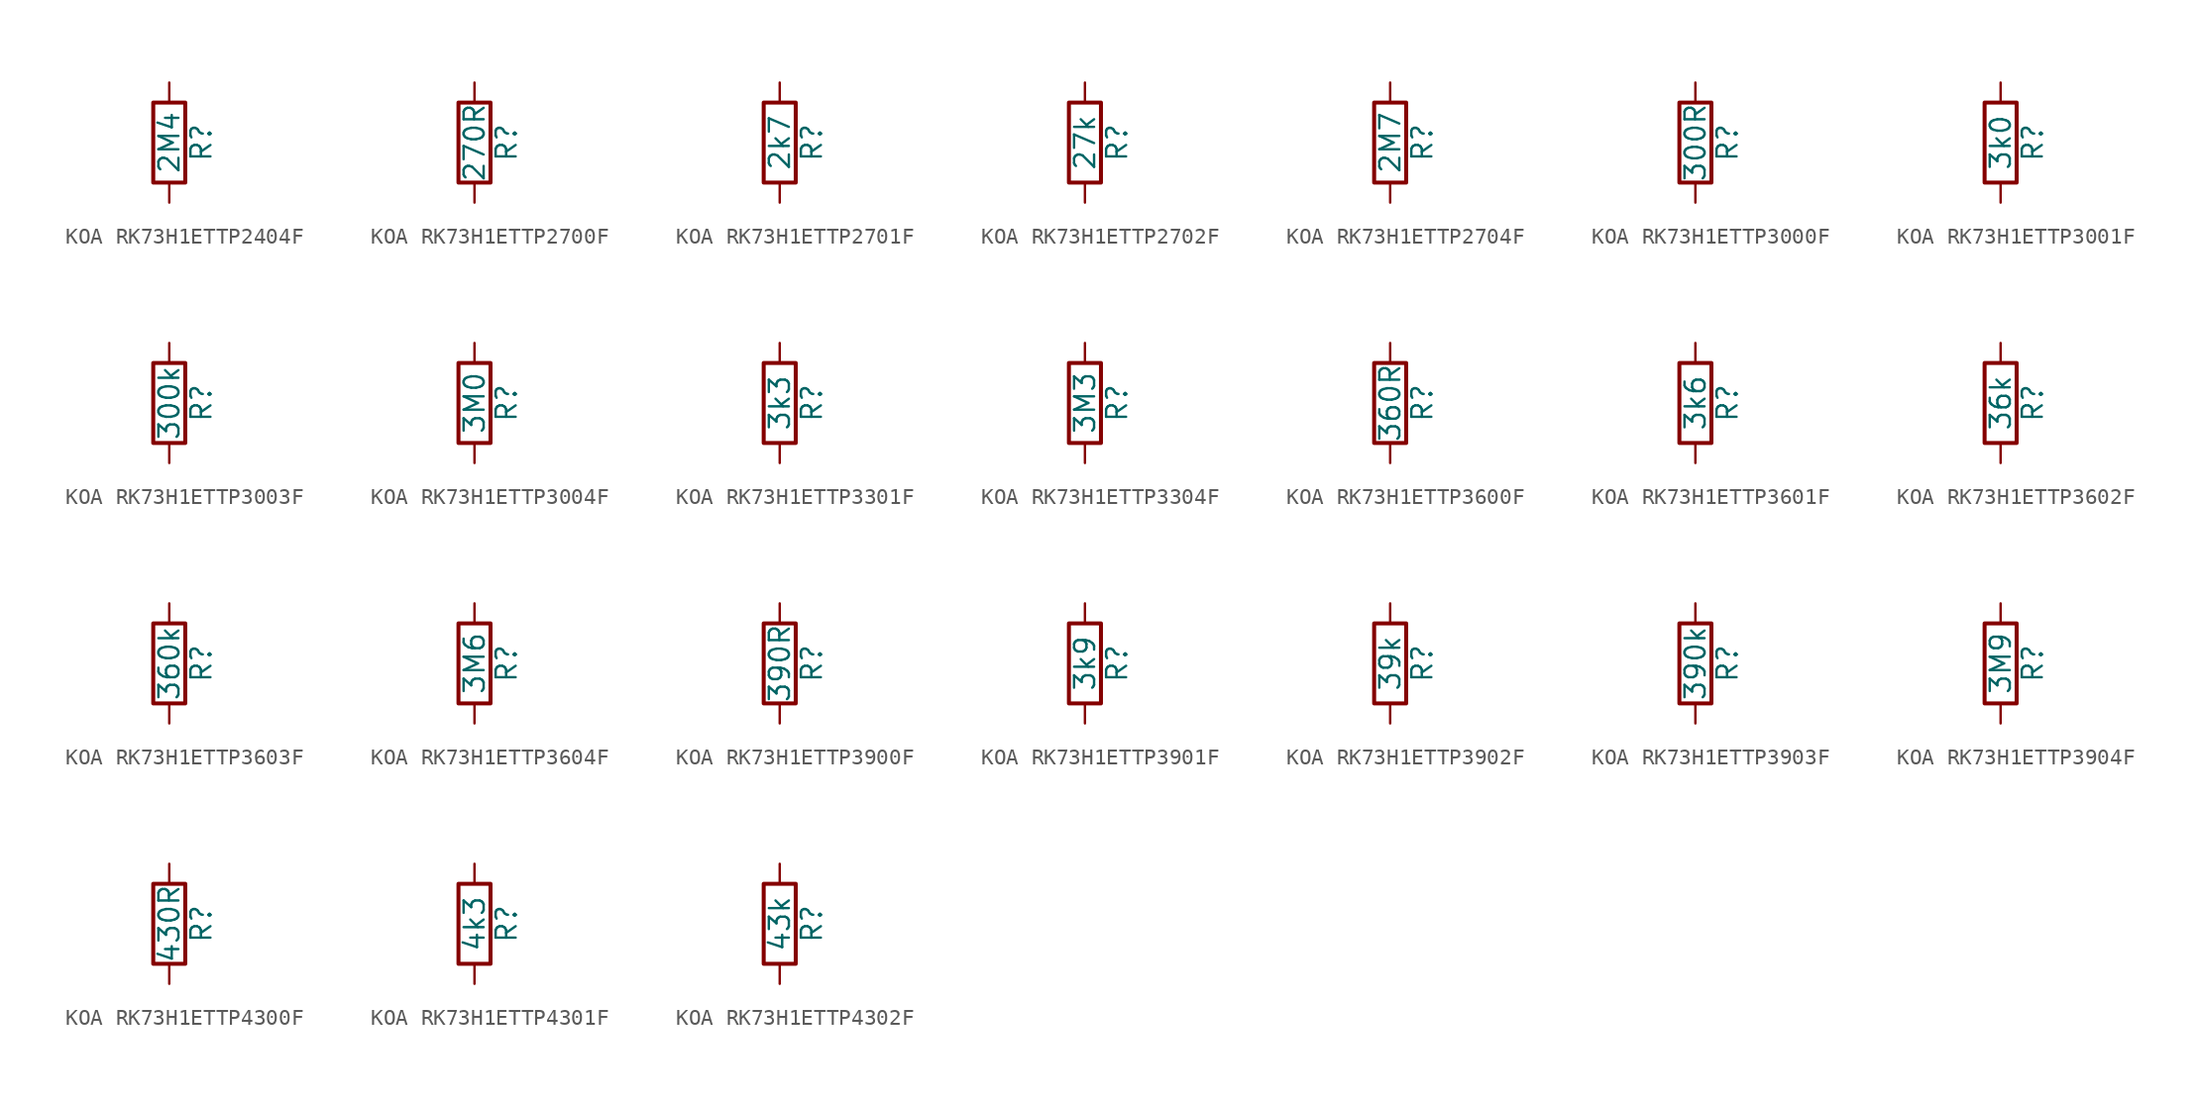
<source format=kicad_sym>
(kicad_symbol_lib
  (version 20220914)
  (generator kicad_symbol_editor)
  (symbol "KOA RK73H1ETTP2404F"
    (pin_numbers hide)
    (pin_names
      (offset 0))
    (property "Reference" "R"
      (at 2.032 0 90)
      (effects (font (size 1.27 1.27))))
    (property "Value" "2M4"
      (at 0 0 90)
      (effects (font (size 1.27 1.27))))
    (symbol "KOA RK73H1ETTP2404F_0_1"
      (rectangle (start -1.016 -2.54) (end 1.016 2.54) (stroke (width 0.254) (type default)) (fill (type none))))
    (symbol "KOA RK73H1ETTP2404F_1_1"
      (pin passive line (at 0 3.81 270) (length 1.27) (name "~" (effects (font (size 1.27 1.27)))) (number "1" (effects (font (size 1.27 1.27)))))
      (pin passive line (at 0 -3.81 90) (length 1.27) (name "~" (effects (font (size 1.27 1.27)))) (number "2" (effects (font (size 1.27 1.27)))))))
  (symbol "KOA RK73H1ETTP2700F"
    (pin_numbers hide)
    (pin_names
      (offset 0))
    (property "Reference" "R"
      (at 2.032 0 90)
      (effects (font (size 1.27 1.27))))
    (property "Value" "270R"
      (at 0 0 90)
      (effects (font (size 1.27 1.27))))
    (symbol "KOA RK73H1ETTP2700F_0_1"
      (rectangle (start -1.016 -2.54) (end 1.016 2.54) (stroke (width 0.254) (type default)) (fill (type none))))
    (symbol "KOA RK73H1ETTP2700F_1_1"
      (pin passive line (at 0 3.81 270) (length 1.27) (name "~" (effects (font (size 1.27 1.27)))) (number "1" (effects (font (size 1.27 1.27)))))
      (pin passive line (at 0 -3.81 90) (length 1.27) (name "~" (effects (font (size 1.27 1.27)))) (number "2" (effects (font (size 1.27 1.27)))))))
  (symbol "KOA RK73H1ETTP2701F"
    (pin_numbers hide)
    (pin_names
      (offset 0))
    (property "Reference" "R"
      (at 2.032 0 90)
      (effects (font (size 1.27 1.27))))
    (property "Value" "2k7"
      (at 0 0 90)
      (effects (font (size 1.27 1.27))))
    (symbol "KOA RK73H1ETTP2701F_0_1"
      (rectangle (start -1.016 -2.54) (end 1.016 2.54) (stroke (width 0.254) (type default)) (fill (type none))))
    (symbol "KOA RK73H1ETTP2701F_1_1"
      (pin passive line (at 0 3.81 270) (length 1.27) (name "~" (effects (font (size 1.27 1.27)))) (number "1" (effects (font (size 1.27 1.27)))))
      (pin passive line (at 0 -3.81 90) (length 1.27) (name "~" (effects (font (size 1.27 1.27)))) (number "2" (effects (font (size 1.27 1.27)))))))
  (symbol "KOA RK73H1ETTP2702F"
    (pin_numbers hide)
    (pin_names
      (offset 0))
    (property "Reference" "R"
      (at 2.032 0 90)
      (effects (font (size 1.27 1.27))))
    (property "Value" "27k"
      (at 0 0 90)
      (effects (font (size 1.27 1.27))))
    (symbol "KOA RK73H1ETTP2702F_0_1"
      (rectangle (start -1.016 -2.54) (end 1.016 2.54) (stroke (width 0.254) (type default)) (fill (type none))))
    (symbol "KOA RK73H1ETTP2702F_1_1"
      (pin passive line (at 0 3.81 270) (length 1.27) (name "~" (effects (font (size 1.27 1.27)))) (number "1" (effects (font (size 1.27 1.27)))))
      (pin passive line (at 0 -3.81 90) (length 1.27) (name "~" (effects (font (size 1.27 1.27)))) (number "2" (effects (font (size 1.27 1.27)))))))
  (symbol "KOA RK73H1ETTP2704F"
    (pin_numbers hide)
    (pin_names
      (offset 0))
    (property "Reference" "R"
      (at 2.032 0 90)
      (effects (font (size 1.27 1.27))))
    (property "Value" "2M7"
      (at 0 0 90)
      (effects (font (size 1.27 1.27))))
    (symbol "KOA RK73H1ETTP2704F_0_1"
      (rectangle (start -1.016 -2.54) (end 1.016 2.54) (stroke (width 0.254) (type default)) (fill (type none))))
    (symbol "KOA RK73H1ETTP2704F_1_1"
      (pin passive line (at 0 3.81 270) (length 1.27) (name "~" (effects (font (size 1.27 1.27)))) (number "1" (effects (font (size 1.27 1.27)))))
      (pin passive line (at 0 -3.81 90) (length 1.27) (name "~" (effects (font (size 1.27 1.27)))) (number "2" (effects (font (size 1.27 1.27)))))))
  (symbol "KOA RK73H1ETTP3000F"
    (pin_numbers hide)
    (pin_names
      (offset 0))
    (property "Reference" "R"
      (at 2.032 0 90)
      (effects (font (size 1.27 1.27))))
    (property "Value" "300R"
      (at 0 0 90)
      (effects (font (size 1.27 1.27))))
    (symbol "KOA RK73H1ETTP3000F_0_1"
      (rectangle (start -1.016 -2.54) (end 1.016 2.54) (stroke (width 0.254) (type default)) (fill (type none))))
    (symbol "KOA RK73H1ETTP3000F_1_1"
      (pin passive line (at 0 3.81 270) (length 1.27) (name "~" (effects (font (size 1.27 1.27)))) (number "1" (effects (font (size 1.27 1.27)))))
      (pin passive line (at 0 -3.81 90) (length 1.27) (name "~" (effects (font (size 1.27 1.27)))) (number "2" (effects (font (size 1.27 1.27)))))))
  (symbol "KOA RK73H1ETTP3001F"
    (pin_numbers hide)
    (pin_names
      (offset 0))
    (property "Reference" "R"
      (at 2.032 0 90)
      (effects (font (size 1.27 1.27))))
    (property "Value" "3k0"
      (at 0 0 90)
      (effects (font (size 1.27 1.27))))
    (symbol "KOA RK73H1ETTP3001F_0_1"
      (rectangle (start -1.016 -2.54) (end 1.016 2.54) (stroke (width 0.254) (type default)) (fill (type none))))
    (symbol "KOA RK73H1ETTP3001F_1_1"
      (pin passive line (at 0 3.81 270) (length 1.27) (name "~" (effects (font (size 1.27 1.27)))) (number "1" (effects (font (size 1.27 1.27)))))
      (pin passive line (at 0 -3.81 90) (length 1.27) (name "~" (effects (font (size 1.27 1.27)))) (number "2" (effects (font (size 1.27 1.27)))))))
  (symbol "KOA RK73H1ETTP3003F"
    (pin_numbers hide)
    (pin_names
      (offset 0))
    (property "Reference" "R"
      (at 2.032 0 90)
      (effects (font (size 1.27 1.27))))
    (property "Value" "300k"
      (at 0 0 90)
      (effects (font (size 1.27 1.27))))
    (symbol "KOA RK73H1ETTP3003F_0_1"
      (rectangle (start -1.016 -2.54) (end 1.016 2.54) (stroke (width 0.254) (type default)) (fill (type none))))
    (symbol "KOA RK73H1ETTP3003F_1_1"
      (pin passive line (at 0 3.81 270) (length 1.27) (name "~" (effects (font (size 1.27 1.27)))) (number "1" (effects (font (size 1.27 1.27)))))
      (pin passive line (at 0 -3.81 90) (length 1.27) (name "~" (effects (font (size 1.27 1.27)))) (number "2" (effects (font (size 1.27 1.27)))))))
  (symbol "KOA RK73H1ETTP3004F"
    (pin_numbers hide)
    (pin_names
      (offset 0))
    (property "Reference" "R"
      (at 2.032 0 90)
      (effects (font (size 1.27 1.27))))
    (property "Value" "3M0"
      (at 0 0 90)
      (effects (font (size 1.27 1.27))))
    (symbol "KOA RK73H1ETTP3004F_0_1"
      (rectangle (start -1.016 -2.54) (end 1.016 2.54) (stroke (width 0.254) (type default)) (fill (type none))))
    (symbol "KOA RK73H1ETTP3004F_1_1"
      (pin passive line (at 0 3.81 270) (length 1.27) (name "~" (effects (font (size 1.27 1.27)))) (number "1" (effects (font (size 1.27 1.27)))))
      (pin passive line (at 0 -3.81 90) (length 1.27) (name "~" (effects (font (size 1.27 1.27)))) (number "2" (effects (font (size 1.27 1.27)))))))
  (symbol "KOA RK73H1ETTP3301F"
    (pin_numbers hide)
    (pin_names
      (offset 0))
    (property "Reference" "R"
      (at 2.032 0 90)
      (effects (font (size 1.27 1.27))))
    (property "Value" "3k3"
      (at 0 0 90)
      (effects (font (size 1.27 1.27))))
    (symbol "KOA RK73H1ETTP3301F_0_1"
      (rectangle (start -1.016 -2.54) (end 1.016 2.54) (stroke (width 0.254) (type default)) (fill (type none))))
    (symbol "KOA RK73H1ETTP3301F_1_1"
      (pin passive line (at 0 3.81 270) (length 1.27) (name "~" (effects (font (size 1.27 1.27)))) (number "1" (effects (font (size 1.27 1.27)))))
      (pin passive line (at 0 -3.81 90) (length 1.27) (name "~" (effects (font (size 1.27 1.27)))) (number "2" (effects (font (size 1.27 1.27)))))))
  (symbol "KOA RK73H1ETTP3304F"
    (pin_numbers hide)
    (pin_names
      (offset 0))
    (property "Reference" "R"
      (at 2.032 0 90)
      (effects (font (size 1.27 1.27))))
    (property "Value" "3M3"
      (at 0 0 90)
      (effects (font (size 1.27 1.27))))
    (symbol "KOA RK73H1ETTP3304F_0_1"
      (rectangle (start -1.016 -2.54) (end 1.016 2.54) (stroke (width 0.254) (type default)) (fill (type none))))
    (symbol "KOA RK73H1ETTP3304F_1_1"
      (pin passive line (at 0 3.81 270) (length 1.27) (name "~" (effects (font (size 1.27 1.27)))) (number "1" (effects (font (size 1.27 1.27)))))
      (pin passive line (at 0 -3.81 90) (length 1.27) (name "~" (effects (font (size 1.27 1.27)))) (number "2" (effects (font (size 1.27 1.27)))))))
  (symbol "KOA RK73H1ETTP3600F"
    (pin_numbers hide)
    (pin_names
      (offset 0))
    (property "Reference" "R"
      (at 2.032 0 90)
      (effects (font (size 1.27 1.27))))
    (property "Value" "360R"
      (at 0 0 90)
      (effects (font (size 1.27 1.27))))
    (symbol "KOA RK73H1ETTP3600F_0_1"
      (rectangle (start -1.016 -2.54) (end 1.016 2.54) (stroke (width 0.254) (type default)) (fill (type none))))
    (symbol "KOA RK73H1ETTP3600F_1_1"
      (pin passive line (at 0 3.81 270) (length 1.27) (name "~" (effects (font (size 1.27 1.27)))) (number "1" (effects (font (size 1.27 1.27)))))
      (pin passive line (at 0 -3.81 90) (length 1.27) (name "~" (effects (font (size 1.27 1.27)))) (number "2" (effects (font (size 1.27 1.27)))))))
  (symbol "KOA RK73H1ETTP3601F"
    (pin_numbers hide)
    (pin_names
      (offset 0))
    (property "Reference" "R"
      (at 2.032 0 90)
      (effects (font (size 1.27 1.27))))
    (property "Value" "3k6"
      (at 0 0 90)
      (effects (font (size 1.27 1.27))))
    (symbol "KOA RK73H1ETTP3601F_0_1"
      (rectangle (start -1.016 -2.54) (end 1.016 2.54) (stroke (width 0.254) (type default)) (fill (type none))))
    (symbol "KOA RK73H1ETTP3601F_1_1"
      (pin passive line (at 0 3.81 270) (length 1.27) (name "~" (effects (font (size 1.27 1.27)))) (number "1" (effects (font (size 1.27 1.27)))))
      (pin passive line (at 0 -3.81 90) (length 1.27) (name "~" (effects (font (size 1.27 1.27)))) (number "2" (effects (font (size 1.27 1.27)))))))
  (symbol "KOA RK73H1ETTP3602F"
    (pin_numbers hide)
    (pin_names
      (offset 0))
    (property "Reference" "R"
      (at 2.032 0 90)
      (effects (font (size 1.27 1.27))))
    (property "Value" "36k"
      (at 0 0 90)
      (effects (font (size 1.27 1.27))))
    (symbol "KOA RK73H1ETTP3602F_0_1"
      (rectangle (start -1.016 -2.54) (end 1.016 2.54) (stroke (width 0.254) (type default)) (fill (type none))))
    (symbol "KOA RK73H1ETTP3602F_1_1"
      (pin passive line (at 0 3.81 270) (length 1.27) (name "~" (effects (font (size 1.27 1.27)))) (number "1" (effects (font (size 1.27 1.27)))))
      (pin passive line (at 0 -3.81 90) (length 1.27) (name "~" (effects (font (size 1.27 1.27)))) (number "2" (effects (font (size 1.27 1.27)))))))
  (symbol "KOA RK73H1ETTP3603F"
    (pin_numbers hide)
    (pin_names
      (offset 0))
    (property "Reference" "R"
      (at 2.032 0 90)
      (effects (font (size 1.27 1.27))))
    (property "Value" "360k"
      (at 0 0 90)
      (effects (font (size 1.27 1.27))))
    (symbol "KOA RK73H1ETTP3603F_0_1"
      (rectangle (start -1.016 -2.54) (end 1.016 2.54) (stroke (width 0.254) (type default)) (fill (type none))))
    (symbol "KOA RK73H1ETTP3603F_1_1"
      (pin passive line (at 0 3.81 270) (length 1.27) (name "~" (effects (font (size 1.27 1.27)))) (number "1" (effects (font (size 1.27 1.27)))))
      (pin passive line (at 0 -3.81 90) (length 1.27) (name "~" (effects (font (size 1.27 1.27)))) (number "2" (effects (font (size 1.27 1.27)))))))
  (symbol "KOA RK73H1ETTP3604F"
    (pin_numbers hide)
    (pin_names
      (offset 0))
    (property "Reference" "R"
      (at 2.032 0 90)
      (effects (font (size 1.27 1.27))))
    (property "Value" "3M6"
      (at 0 0 90)
      (effects (font (size 1.27 1.27))))
    (symbol "KOA RK73H1ETTP3604F_0_1"
      (rectangle (start -1.016 -2.54) (end 1.016 2.54) (stroke (width 0.254) (type default)) (fill (type none))))
    (symbol "KOA RK73H1ETTP3604F_1_1"
      (pin passive line (at 0 3.81 270) (length 1.27) (name "~" (effects (font (size 1.27 1.27)))) (number "1" (effects (font (size 1.27 1.27)))))
      (pin passive line (at 0 -3.81 90) (length 1.27) (name "~" (effects (font (size 1.27 1.27)))) (number "2" (effects (font (size 1.27 1.27)))))))
  (symbol "KOA RK73H1ETTP3900F"
    (pin_numbers hide)
    (pin_names
      (offset 0))
    (property "Reference" "R"
      (at 2.032 0 90)
      (effects (font (size 1.27 1.27))))
    (property "Value" "390R"
      (at 0 0 90)
      (effects (font (size 1.27 1.27))))
    (symbol "KOA RK73H1ETTP3900F_0_1"
      (rectangle (start -1.016 -2.54) (end 1.016 2.54) (stroke (width 0.254) (type default)) (fill (type none))))
    (symbol "KOA RK73H1ETTP3900F_1_1"
      (pin passive line (at 0 3.81 270) (length 1.27) (name "~" (effects (font (size 1.27 1.27)))) (number "1" (effects (font (size 1.27 1.27)))))
      (pin passive line (at 0 -3.81 90) (length 1.27) (name "~" (effects (font (size 1.27 1.27)))) (number "2" (effects (font (size 1.27 1.27)))))))
  (symbol "KOA RK73H1ETTP3901F"
    (pin_numbers hide)
    (pin_names
      (offset 0))
    (property "Reference" "R"
      (at 2.032 0 90)
      (effects (font (size 1.27 1.27))))
    (property "Value" "3k9"
      (at 0 0 90)
      (effects (font (size 1.27 1.27))))
    (symbol "KOA RK73H1ETTP3901F_0_1"
      (rectangle (start -1.016 -2.54) (end 1.016 2.54) (stroke (width 0.254) (type default)) (fill (type none))))
    (symbol "KOA RK73H1ETTP3901F_1_1"
      (pin passive line (at 0 3.81 270) (length 1.27) (name "~" (effects (font (size 1.27 1.27)))) (number "1" (effects (font (size 1.27 1.27)))))
      (pin passive line (at 0 -3.81 90) (length 1.27) (name "~" (effects (font (size 1.27 1.27)))) (number "2" (effects (font (size 1.27 1.27)))))))
  (symbol "KOA RK73H1ETTP3902F"
    (pin_numbers hide)
    (pin_names
      (offset 0))
    (property "Reference" "R"
      (at 2.032 0 90)
      (effects (font (size 1.27 1.27))))
    (property "Value" "39k"
      (at 0 0 90)
      (effects (font (size 1.27 1.27))))
    (symbol "KOA RK73H1ETTP3902F_0_1"
      (rectangle (start -1.016 -2.54) (end 1.016 2.54) (stroke (width 0.254) (type default)) (fill (type none))))
    (symbol "KOA RK73H1ETTP3902F_1_1"
      (pin passive line (at 0 3.81 270) (length 1.27) (name "~" (effects (font (size 1.27 1.27)))) (number "1" (effects (font (size 1.27 1.27)))))
      (pin passive line (at 0 -3.81 90) (length 1.27) (name "~" (effects (font (size 1.27 1.27)))) (number "2" (effects (font (size 1.27 1.27)))))))
  (symbol "KOA RK73H1ETTP3903F"
    (pin_numbers hide)
    (pin_names
      (offset 0))
    (property "Reference" "R"
      (at 2.032 0 90)
      (effects (font (size 1.27 1.27))))
    (property "Value" "390k"
      (at 0 0 90)
      (effects (font (size 1.27 1.27))))
    (symbol "KOA RK73H1ETTP3903F_0_1"
      (rectangle (start -1.016 -2.54) (end 1.016 2.54) (stroke (width 0.254) (type default)) (fill (type none))))
    (symbol "KOA RK73H1ETTP3903F_1_1"
      (pin passive line (at 0 3.81 270) (length 1.27) (name "~" (effects (font (size 1.27 1.27)))) (number "1" (effects (font (size 1.27 1.27)))))
      (pin passive line (at 0 -3.81 90) (length 1.27) (name "~" (effects (font (size 1.27 1.27)))) (number "2" (effects (font (size 1.27 1.27)))))))
  (symbol "KOA RK73H1ETTP3904F"
    (pin_numbers hide)
    (pin_names
      (offset 0))
    (property "Reference" "R"
      (at 2.032 0 90)
      (effects (font (size 1.27 1.27))))
    (property "Value" "3M9"
      (at 0 0 90)
      (effects (font (size 1.27 1.27))))
    (symbol "KOA RK73H1ETTP3904F_0_1"
      (rectangle (start -1.016 -2.54) (end 1.016 2.54) (stroke (width 0.254) (type default)) (fill (type none))))
    (symbol "KOA RK73H1ETTP3904F_1_1"
      (pin passive line (at 0 3.81 270) (length 1.27) (name "~" (effects (font (size 1.27 1.27)))) (number "1" (effects (font (size 1.27 1.27)))))
      (pin passive line (at 0 -3.81 90) (length 1.27) (name "~" (effects (font (size 1.27 1.27)))) (number "2" (effects (font (size 1.27 1.27)))))))
  (symbol "KOA RK73H1ETTP4300F"
    (pin_numbers hide)
    (pin_names
      (offset 0))
    (property "Reference" "R"
      (at 2.032 0 90)
      (effects (font (size 1.27 1.27))))
    (property "Value" "430R"
      (at 0 0 90)
      (effects (font (size 1.27 1.27))))
    (symbol "KOA RK73H1ETTP4300F_0_1"
      (rectangle (start -1.016 -2.54) (end 1.016 2.54) (stroke (width 0.254) (type default)) (fill (type none))))
    (symbol "KOA RK73H1ETTP4300F_1_1"
      (pin passive line (at 0 3.81 270) (length 1.27) (name "~" (effects (font (size 1.27 1.27)))) (number "1" (effects (font (size 1.27 1.27)))))
      (pin passive line (at 0 -3.81 90) (length 1.27) (name "~" (effects (font (size 1.27 1.27)))) (number "2" (effects (font (size 1.27 1.27)))))))
  (symbol "KOA RK73H1ETTP4301F"
    (pin_numbers hide)
    (pin_names
      (offset 0))
    (property "Reference" "R"
      (at 2.032 0 90)
      (effects (font (size 1.27 1.27))))
    (property "Value" "4k3"
      (at 0 0 90)
      (effects (font (size 1.27 1.27))))
    (symbol "KOA RK73H1ETTP4301F_0_1"
      (rectangle (start -1.016 -2.54) (end 1.016 2.54) (stroke (width 0.254) (type default)) (fill (type none))))
    (symbol "KOA RK73H1ETTP4301F_1_1"
      (pin passive line (at 0 3.81 270) (length 1.27) (name "~" (effects (font (size 1.27 1.27)))) (number "1" (effects (font (size 1.27 1.27)))))
      (pin passive line (at 0 -3.81 90) (length 1.27) (name "~" (effects (font (size 1.27 1.27)))) (number "2" (effects (font (size 1.27 1.27)))))))
  (symbol "KOA RK73H1ETTP4302F"
    (pin_numbers hide)
    (pin_names
      (offset 0))
    (property "Reference" "R"
      (at 2.032 0 90)
      (effects (font (size 1.27 1.27))))
    (property "Value" "43k"
      (at 0 0 90)
      (effects (font (size 1.27 1.27))))
    (symbol "KOA RK73H1ETTP4302F_0_1"
      (rectangle (start -1.016 -2.54) (end 1.016 2.54) (stroke (width 0.254) (type default)) (fill (type none))))
    (symbol "KOA RK73H1ETTP4302F_1_1"
      (pin passive line (at 0 3.81 270) (length 1.27) (name "~" (effects (font (size 1.27 1.27)))) (number "1" (effects (font (size 1.27 1.27)))))
      (pin passive line (at 0 -3.81 90) (length 1.27) (name "~" (effects (font (size 1.27 1.27)))) (number "2" (effects (font (size 1.27 1.27))))))))
</source>
